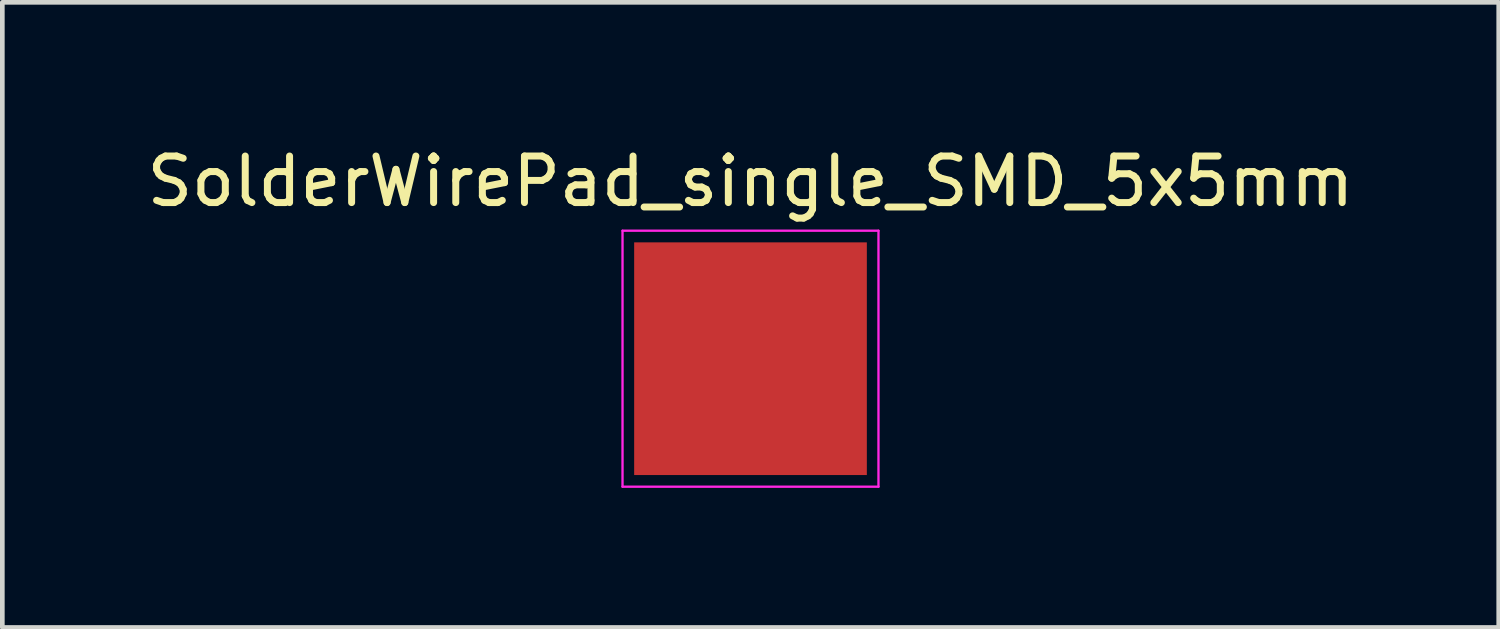
<source format=kicad_pcb>
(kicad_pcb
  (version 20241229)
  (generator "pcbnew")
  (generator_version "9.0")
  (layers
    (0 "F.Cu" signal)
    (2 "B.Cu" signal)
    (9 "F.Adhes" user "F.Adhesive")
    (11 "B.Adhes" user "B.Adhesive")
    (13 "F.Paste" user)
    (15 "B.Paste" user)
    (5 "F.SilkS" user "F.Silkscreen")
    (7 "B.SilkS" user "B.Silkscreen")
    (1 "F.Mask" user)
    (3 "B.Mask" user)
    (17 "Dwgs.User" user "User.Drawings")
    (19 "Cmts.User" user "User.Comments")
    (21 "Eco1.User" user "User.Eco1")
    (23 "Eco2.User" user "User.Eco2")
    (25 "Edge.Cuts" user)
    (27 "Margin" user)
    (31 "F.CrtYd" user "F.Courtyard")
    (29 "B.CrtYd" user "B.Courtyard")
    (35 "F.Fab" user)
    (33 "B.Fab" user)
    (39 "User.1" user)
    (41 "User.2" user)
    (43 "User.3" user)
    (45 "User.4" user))
  (footprint "SolderWirePad_single_SMD_5x5mm"
    (layer "F.Cu")
    (at 13.077 4.658)
    (property "Reference" "SolderWirePad_single_SMD_5x5mm" (at 0 -3.81 0) (layer "F.SilkS") (effects (font (size 1 1) (thickness 0.15))))
    (attr smd)
    (fp_line (start -2.75 -2.75) (end -2.75 2.75) (stroke (width 0.05) (type solid)) (layer "F.CrtYd"))
    (fp_line (start -2.75 2.75) (end 2.75 2.75) (stroke (width 0.05) (type solid)) (layer "F.CrtYd"))
    (fp_line (start 2.75 -2.75) (end -2.75 -2.75) (stroke (width 0.05) (type solid)) (layer "F.CrtYd"))
    (fp_line (start 2.75 2.75) (end 2.75 -2.75) (stroke (width 0.05) (type solid)) (layer "F.CrtYd"))
    (pad "1" smd rect (at 0 0) (size 5 5) (layers "F.Cu" "F.Mask" "F.Paste")))
  (gr_rect
    (start -3 -3)
    (end 29.155 10.433)
    (stroke (width 0.1) (type default))
    (fill no)
    (layer "Edge.Cuts")))
</source>
